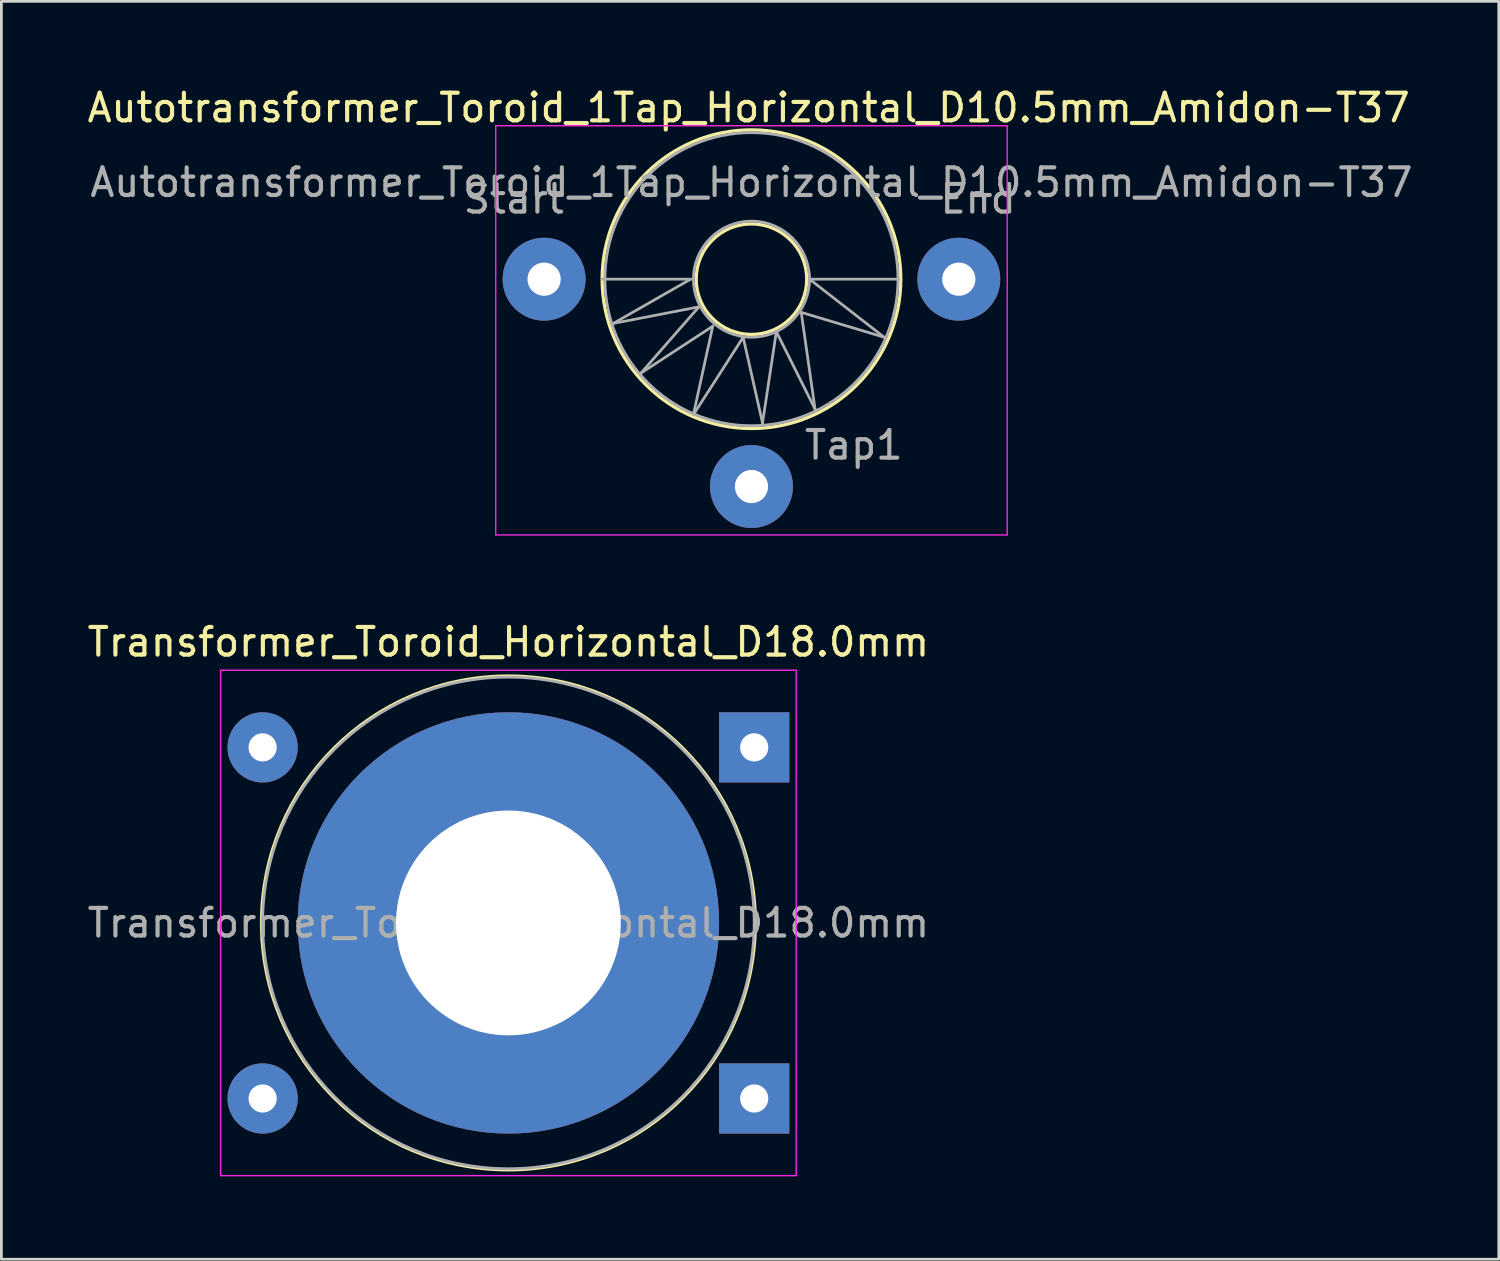
<source format=kicad_pcb>
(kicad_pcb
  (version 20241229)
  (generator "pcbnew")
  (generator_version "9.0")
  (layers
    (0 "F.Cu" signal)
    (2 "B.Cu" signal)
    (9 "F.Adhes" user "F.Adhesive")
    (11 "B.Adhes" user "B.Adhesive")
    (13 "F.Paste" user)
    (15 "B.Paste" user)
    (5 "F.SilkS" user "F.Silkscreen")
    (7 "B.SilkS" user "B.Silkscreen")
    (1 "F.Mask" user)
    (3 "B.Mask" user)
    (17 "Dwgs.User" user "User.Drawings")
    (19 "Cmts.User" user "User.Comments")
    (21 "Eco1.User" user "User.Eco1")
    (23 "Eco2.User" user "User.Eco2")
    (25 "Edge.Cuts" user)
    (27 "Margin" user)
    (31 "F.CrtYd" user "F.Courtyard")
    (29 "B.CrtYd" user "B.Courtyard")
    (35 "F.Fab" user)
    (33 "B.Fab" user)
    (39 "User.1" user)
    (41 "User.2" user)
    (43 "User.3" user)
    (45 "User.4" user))
  (footprint "Autotransformer_Toroid_1Tap_Horizontal_D10.5mm_Amidon-T37"
    (layer "F.Cu")
    (at 16.63 7.048)
    (property "Reference" "Autotransformer_Toroid_1Tap_Horizontal_D10.5mm_Amidon-T37" (at 7.4 -6.2 0) (layer "F.SilkS") (effects (font (size 1 1) (thickness 0.15))))
    (attr through_hole)
    (fp_circle (center 7.5 0) (end 9.5 0) (stroke (width 0.12) (type solid)) (fill no) (layer "F.SilkS"))
    (fp_circle (center 7.5 0) (end 12.9 0) (stroke (width 0.12) (type solid)) (fill no) (layer "F.SilkS"))
    (fp_line (start -1.75 -5.55) (end -1.75 9.25) (stroke (width 0.05) (type solid)) (layer "F.CrtYd"))
    (fp_line (start -1.75 -5.55) (end 16.75 -5.55) (stroke (width 0.05) (type solid)) (layer "F.CrtYd"))
    (fp_line (start 16.75 9.25) (end -1.75 9.25) (stroke (width 0.05) (type solid)) (layer "F.CrtYd"))
    (fp_line (start 16.75 9.25) (end 16.75 -5.55) (stroke (width 0.05) (type solid)) (layer "F.CrtYd"))
    (fp_line (start 2.1 0) (end 5.3 0) (stroke (width 0.1) (type solid)) (layer "F.Fab"))
    (fp_line (start 2.5 1.6) (end 5.6 1) (stroke (width 0.1) (type solid)) (layer "F.Fab"))
    (fp_line (start 3.5 3.4) (end 6.1 1.7) (stroke (width 0.1) (type solid)) (layer "F.Fab"))
    (fp_line (start 5.3 0) (end 2.5 1.6) (stroke (width 0.1) (type solid)) (layer "F.Fab"))
    (fp_line (start 5.4 4.9) (end 7.2 2.1) (stroke (width 0.1) (type solid)) (layer "F.Fab"))
    (fp_line (start 5.6 1) (end 3.5 3.4) (stroke (width 0.1) (type solid)) (layer "F.Fab"))
    (fp_line (start 6.1 1.7) (end 5.4 4.9) (stroke (width 0.1) (type solid)) (layer "F.Fab"))
    (fp_line (start 7.2 2.1) (end 7.9 5.2) (stroke (width 0.1) (type solid)) (layer "F.Fab"))
    (fp_line (start 7.9 5.2) (end 8.4 1.9) (stroke (width 0.1) (type solid)) (layer "F.Fab"))
    (fp_line (start 8.4 1.9) (end 9.8 4.7) (stroke (width 0.1) (type solid)) (layer "F.Fab"))
    (fp_line (start 9.3 1.2) (end 12.3 2.1) (stroke (width 0.1) (type solid)) (layer "F.Fab"))
    (fp_line (start 9.6 0) (end 12.8 0) (stroke (width 0.1) (type solid)) (layer "F.Fab"))
    (fp_line (start 9.8 4.7) (end 9.3 1.2) (stroke (width 0.1) (type solid)) (layer "F.Fab"))
    (fp_line (start 12.3 2.1) (end 9.6 0) (stroke (width 0.1) (type solid)) (layer "F.Fab"))
    (fp_circle (center 7.5 0) (end 9.6 0) (stroke (width 0.1) (type solid)) (fill no) (layer "F.Fab"))
    (fp_circle (center 7.5 0) (end 12.8 0) (stroke (width 0.1) (type solid)) (fill no) (layer "F.Fab"))
    (fp_text user "End" (at 15.7 -2.9 0) (layer "F.Fab") (effects (font (size 1 1) (thickness 0.15))))
    (fp_text user "Tap1" (at 11.2 6 0) (layer "F.Fab") (effects (font (size 1 1) (thickness 0.15))))
    (fp_text user "${REFERENCE}" (at 7.5 -3.5 0) (layer "F.Fab") (effects (font (size 1 1) (thickness 0.15))))
    (fp_text user "Start" (at -1.1 -2.9 0) (layer "F.Fab") (effects (font (size 1 1) (thickness 0.15))))
    (pad "1" thru_hole circle (at 0 0) (size 3 3) (drill 1.2) (layers "*.Cu" "*.Mask"))
    (pad "2" thru_hole circle (at 7.5 7.5) (size 3 3) (drill 1.2) (layers "*.Cu" "*.Mask"))
    (pad "3" thru_hole circle (at 15 0) (size 3 3) (drill 1.2) (layers "*.Cu" "*.Mask")))
  (footprint "Transformer_Toroid_Horizontal_D18.0mm"
    (layer "F.Cu")
    (at 6.449 23.982)
    (property "Reference" "Transformer_Toroid_Horizontal_D18.0mm" (at 8.89 -3.81 0) (layer "F.SilkS") (effects (font (size 1 1) (thickness 0.15))))
    (attr through_hole)
    (fp_circle (center 8.89 6.35) (end 17.49 8.75) (stroke (width 0.12) (type solid)) (fill no) (layer "F.SilkS"))
    (fp_line (start -1.52 -2.79) (end -1.52 15.49) (stroke (width 0.05) (type solid)) (layer "F.CrtYd"))
    (fp_line (start -1.52 -2.79) (end 19.3 -2.79) (stroke (width 0.05) (type solid)) (layer "F.CrtYd"))
    (fp_line (start 19.3 15.49) (end -1.52 15.49) (stroke (width 0.05) (type solid)) (layer "F.CrtYd"))
    (fp_line (start 19.3 15.49) (end 19.3 -2.79) (stroke (width 0.05) (type solid)) (layer "F.CrtYd"))
    (fp_circle (center 8.89 6.35) (end 17.78 6.35) (stroke (width 0.1) (type solid)) (fill no) (layer "F.Fab"))
    (fp_text user "${REFERENCE}" (at 8.89 6.35 0) (layer "F.Fab") (effects (font (size 1 1) (thickness 0.15))))
    (pad "" thru_hole circle (at 8.89 6.35) (size 15.24 15.24) (drill 8.13) (layers "*.Cu" "*.Mask"))
    (pad "1" thru_hole circle (at 0 0) (size 2.54 2.54) (drill 1.02) (layers "*.Cu" "*.Mask"))
    (pad "2" thru_hole circle (at 0 12.7) (size 2.54 2.54) (drill 1.02) (layers "*.Cu" "*.Mask"))
    (pad "3" thru_hole rect (at 17.78 0) (size 2.54 2.54) (drill 1.02) (layers "*.Cu" "*.Mask"))
    (pad "4" thru_hole rect (at 17.78 12.7) (size 2.54 2.54) (drill 1.02) (layers "*.Cu" "*.Mask")))
  (gr_rect
    (start -3 -3)
    (end 51.16 42.496)
    (stroke (width 0.1) (type default))
    (fill no)
    (layer "Edge.Cuts")))
</source>
